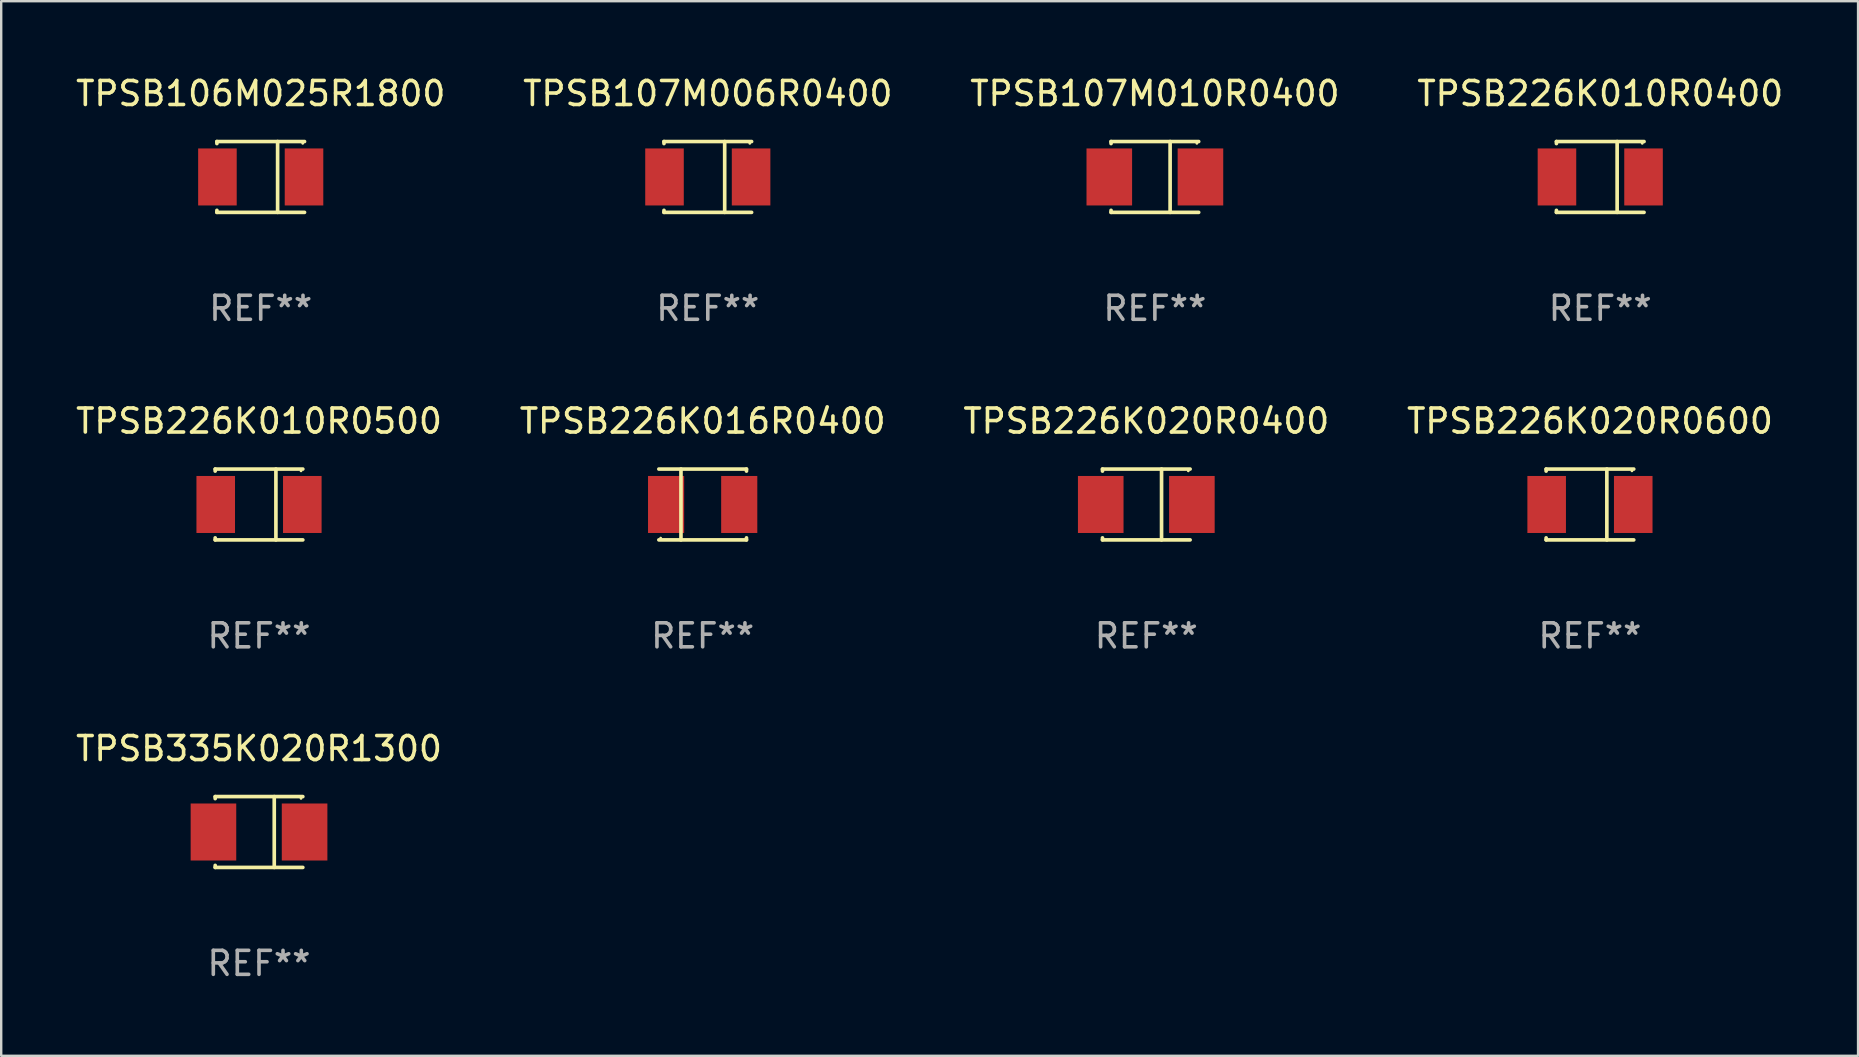
<source format=kicad_pcb>
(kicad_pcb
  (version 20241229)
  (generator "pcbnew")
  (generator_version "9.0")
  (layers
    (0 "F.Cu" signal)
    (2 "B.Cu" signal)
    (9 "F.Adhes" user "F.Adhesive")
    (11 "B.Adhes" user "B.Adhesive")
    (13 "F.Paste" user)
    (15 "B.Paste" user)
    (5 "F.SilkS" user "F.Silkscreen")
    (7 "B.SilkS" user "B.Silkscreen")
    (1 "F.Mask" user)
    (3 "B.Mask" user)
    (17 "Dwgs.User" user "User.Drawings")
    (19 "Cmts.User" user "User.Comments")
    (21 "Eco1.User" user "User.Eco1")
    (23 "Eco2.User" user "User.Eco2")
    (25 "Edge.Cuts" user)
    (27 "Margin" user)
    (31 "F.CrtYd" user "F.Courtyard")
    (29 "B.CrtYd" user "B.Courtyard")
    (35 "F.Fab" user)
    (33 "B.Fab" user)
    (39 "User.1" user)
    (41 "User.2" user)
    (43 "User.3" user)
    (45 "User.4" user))
  (footprint "TPSB226K010R0400"
    (layer "F.Cu")
    (at 63.637 4.324)
    (property "Reference" "TPSB226K010R0400" (at 0 -3.476 0) (layer "F.SilkS") (effects (font (size 1 1) (thickness 0.15))))
    (attr through_hole)
    (fp_line (start -1.826 -1.476) (end -1.826 -1.391) (stroke (width 0.152) (type solid)) (layer "F.SilkS"))
    (fp_line (start -1.826 -1.476) (end 1.826 -1.476) (stroke (width 0.152) (type solid)) (layer "F.SilkS"))
    (fp_line (start -1.826 1.476) (end -1.826 1.391) (stroke (width 0.152) (type solid)) (layer "F.SilkS"))
    (fp_line (start -1.826 1.476) (end 1.826 1.476) (stroke (width 0.152) (type solid)) (layer "F.SilkS"))
    (fp_line (start 0.704 -1.476) (end 0.704 1.476) (stroke (width 0.152) (type solid)) (layer "F.SilkS"))
    (fp_circle (center 1.75 -1.4) (end 1.78 -1.4) (stroke (width 0.06) (type solid)) (fill no) (layer "F.SilkS"))
    (fp_text user "REF**" (at 0 5.476 0) (layer "F.Fab") (effects (font (size 1 1) (thickness 0.15))))
    (pad "1" smd rect (at 1.804 0) (size 1.607 2.376) (layers "F.Cu" "F.Mask" "F.Paste"))
    (pad "2" smd rect (at -1.804 0) (size 1.607 2.376) (layers "F.Cu" "F.Mask" "F.Paste")))
  (footprint "TPSB226K010R0500"
    (layer "F.Cu")
    (at 7.744 17.973)
    (property "Reference" "TPSB226K010R0500" (at 0 -3.476 0) (layer "F.SilkS") (effects (font (size 1 1) (thickness 0.15))))
    (attr through_hole)
    (fp_line (start -1.826 -1.476) (end -1.826 -1.391) (stroke (width 0.152) (type solid)) (layer "F.SilkS"))
    (fp_line (start -1.826 -1.476) (end 1.826 -1.476) (stroke (width 0.152) (type solid)) (layer "F.SilkS"))
    (fp_line (start -1.826 1.476) (end -1.826 1.391) (stroke (width 0.152) (type solid)) (layer "F.SilkS"))
    (fp_line (start -1.826 1.476) (end 1.826 1.476) (stroke (width 0.152) (type solid)) (layer "F.SilkS"))
    (fp_line (start 0.704 -1.476) (end 0.704 1.476) (stroke (width 0.152) (type solid)) (layer "F.SilkS"))
    (fp_circle (center 1.75 -1.4) (end 1.78 -1.4) (stroke (width 0.06) (type solid)) (fill no) (layer "F.SilkS"))
    (fp_text user "REF**" (at 0 5.476 0) (layer "F.Fab") (effects (font (size 1 1) (thickness 0.15))))
    (pad "1" smd rect (at 1.804 0) (size 1.607 2.376) (layers "F.Cu" "F.Mask" "F.Paste"))
    (pad "2" smd rect (at -1.804 0) (size 1.607 2.376) (layers "F.Cu" "F.Mask" "F.Paste")))
  (footprint "TPSB335K020R1300"
    (layer "F.Cu")
    (at 7.744 31.622)
    (property "Reference" "TPSB335K020R1300" (at 0 -3.476 0) (layer "F.SilkS") (effects (font (size 1 1) (thickness 0.15))))
    (attr through_hole)
    (fp_line (start -1.826 -1.476) (end -1.826 -1.391) (stroke (width 0.152) (type solid)) (layer "F.SilkS"))
    (fp_line (start -1.826 -1.476) (end 1.826 -1.476) (stroke (width 0.152) (type solid)) (layer "F.SilkS"))
    (fp_line (start -1.826 1.476) (end -1.826 1.391) (stroke (width 0.152) (type solid)) (layer "F.SilkS"))
    (fp_line (start -1.826 1.476) (end 1.826 1.476) (stroke (width 0.152) (type solid)) (layer "F.SilkS"))
    (fp_line (start 0.635 -1.476) (end 0.635 1.476) (stroke (width 0.152) (type solid)) (layer "F.SilkS"))
    (fp_circle (center 1.75 -1.4) (end 1.78 -1.4) (stroke (width 0.06) (type solid)) (fill no) (layer "F.SilkS"))
    (fp_text user "REF**" (at 0 5.476 0) (layer "F.Fab") (effects (font (size 1 1) (thickness 0.15))))
    (pad "1" smd rect (at 1.899 0) (size 1.9 2.376) (layers "F.Cu" "F.Mask" "F.Paste"))
    (pad "2" smd rect (at -1.899 0) (size 1.9 2.376) (layers "F.Cu" "F.Mask" "F.Paste")))
  (footprint "TPSB226K020R0400"
    (layer "F.Cu")
    (at 44.72 17.973)
    (property "Reference" "TPSB226K020R0400" (at 0 -3.476 0) (layer "F.SilkS") (effects (font (size 1 1) (thickness 0.15))))
    (attr through_hole)
    (fp_line (start -1.826 -1.476) (end -1.826 -1.391) (stroke (width 0.152) (type solid)) (layer "F.SilkS"))
    (fp_line (start -1.826 -1.476) (end 1.826 -1.476) (stroke (width 0.152) (type solid)) (layer "F.SilkS"))
    (fp_line (start -1.826 1.476) (end -1.826 1.391) (stroke (width 0.152) (type solid)) (layer "F.SilkS"))
    (fp_line (start -1.826 1.476) (end 1.826 1.476) (stroke (width 0.152) (type solid)) (layer "F.SilkS"))
    (fp_line (start 0.635 -1.476) (end 0.635 1.476) (stroke (width 0.152) (type solid)) (layer "F.SilkS"))
    (fp_circle (center 1.75 -1.4) (end 1.78 -1.4) (stroke (width 0.06) (type solid)) (fill no) (layer "F.SilkS"))
    (fp_text user "REF**" (at 0 5.476 0) (layer "F.Fab") (effects (font (size 1 1) (thickness 0.15))))
    (pad "1" smd rect (at 1.899 0) (size 1.9 2.376) (layers "F.Cu" "F.Mask" "F.Paste"))
    (pad "2" smd rect (at -1.899 0) (size 1.9 2.376) (layers "F.Cu" "F.Mask" "F.Paste")))
  (footprint "TPSB107M010R0400"
    (layer "F.Cu")
    (at 45.077 4.324)
    (property "Reference" "TPSB107M010R0400" (at 0 -3.476 0) (layer "F.SilkS") (effects (font (size 1 1) (thickness 0.15))))
    (attr through_hole)
    (fp_line (start -1.826 -1.476) (end -1.826 -1.391) (stroke (width 0.152) (type solid)) (layer "F.SilkS"))
    (fp_line (start -1.826 -1.476) (end 1.826 -1.476) (stroke (width 0.152) (type solid)) (layer "F.SilkS"))
    (fp_line (start -1.826 1.476) (end -1.826 1.391) (stroke (width 0.152) (type solid)) (layer "F.SilkS"))
    (fp_line (start -1.826 1.476) (end 1.826 1.476) (stroke (width 0.152) (type solid)) (layer "F.SilkS"))
    (fp_line (start 0.635 -1.476) (end 0.635 1.476) (stroke (width 0.152) (type solid)) (layer "F.SilkS"))
    (fp_circle (center 1.75 -1.4) (end 1.78 -1.4) (stroke (width 0.06) (type solid)) (fill no) (layer "F.SilkS"))
    (fp_text user "REF**" (at 0 5.476 0) (layer "F.Fab") (effects (font (size 1 1) (thickness 0.15))))
    (pad "1" smd rect (at 1.899 0) (size 1.9 2.376) (layers "F.Cu" "F.Mask" "F.Paste"))
    (pad "2" smd rect (at -1.899 0) (size 1.9 2.376) (layers "F.Cu" "F.Mask" "F.Paste")))
  (footprint "TPSB226K016R0400"
    (layer "F.Cu")
    (at 26.232 17.973)
    (property "Reference" "TPSB226K016R0400" (at 0 -3.476 0) (layer "F.SilkS") (effects (font (size 1 1) (thickness 0.15))))
    (attr through_hole)
    (fp_line (start -0.904 1.476) (end -0.904 -1.476) (stroke (width 0.152) (type solid)) (layer "F.SilkS"))
    (fp_line (start 1.826 -1.476) (end -1.826 -1.476) (stroke (width 0.152) (type solid)) (layer "F.SilkS"))
    (fp_line (start 1.826 -1.476) (end 1.826 -1.391) (stroke (width 0.152) (type solid)) (layer "F.SilkS"))
    (fp_line (start 1.826 1.476) (end -1.826 1.476) (stroke (width 0.152) (type solid)) (layer "F.SilkS"))
    (fp_line (start 1.826 1.476) (end 1.826 1.391) (stroke (width 0.152) (type solid)) (layer "F.SilkS"))
    (fp_circle (center -1.75 1.4) (end -1.72 1.4) (stroke (width 0.06) (type solid)) (fill no) (layer "F.SilkS"))
    (fp_text user "REF**" (at 0 5.476 0) (layer "F.Fab") (effects (font (size 1 1) (thickness 0.15))))
    (pad "1" smd rect (at -1.524 0 180) (size 1.506 2.376) (layers "F.Cu" "F.Mask" "F.Paste"))
    (pad "2" smd rect (at 1.524 0 180) (size 1.506 2.376) (layers "F.Cu" "F.Mask" "F.Paste")))
  (footprint "TPSB107M006R0400"
    (layer "F.Cu")
    (at 26.446 4.324)
    (property "Reference" "TPSB107M006R0400" (at 0 -3.476 0) (layer "F.SilkS") (effects (font (size 1 1) (thickness 0.15))))
    (attr through_hole)
    (fp_line (start -1.826 -1.476) (end -1.826 -1.391) (stroke (width 0.152) (type solid)) (layer "F.SilkS"))
    (fp_line (start -1.826 -1.476) (end 1.826 -1.476) (stroke (width 0.152) (type solid)) (layer "F.SilkS"))
    (fp_line (start -1.826 1.476) (end -1.826 1.391) (stroke (width 0.152) (type solid)) (layer "F.SilkS"))
    (fp_line (start -1.826 1.476) (end 1.826 1.476) (stroke (width 0.152) (type solid)) (layer "F.SilkS"))
    (fp_line (start 0.704 -1.476) (end 0.704 1.476) (stroke (width 0.152) (type solid)) (layer "F.SilkS"))
    (fp_circle (center 1.75 -1.4) (end 1.78 -1.4) (stroke (width 0.06) (type solid)) (fill no) (layer "F.SilkS"))
    (fp_text user "REF**" (at 0 5.476 0) (layer "F.Fab") (effects (font (size 1 1) (thickness 0.15))))
    (pad "1" smd rect (at 1.804 0) (size 1.607 2.376) (layers "F.Cu" "F.Mask" "F.Paste"))
    (pad "2" smd rect (at -1.804 0) (size 1.607 2.376) (layers "F.Cu" "F.Mask" "F.Paste")))
  (footprint "TPSB226K020R0600"
    (layer "F.Cu")
    (at 63.208 17.973)
    (property "Reference" "TPSB226K020R0600" (at 0 -3.476 0) (layer "F.SilkS") (effects (font (size 1 1) (thickness 0.15))))
    (attr through_hole)
    (fp_line (start -1.826 -1.476) (end -1.826 -1.391) (stroke (width 0.152) (type solid)) (layer "F.SilkS"))
    (fp_line (start -1.826 -1.476) (end 1.826 -1.476) (stroke (width 0.152) (type solid)) (layer "F.SilkS"))
    (fp_line (start -1.826 1.476) (end -1.826 1.391) (stroke (width 0.152) (type solid)) (layer "F.SilkS"))
    (fp_line (start -1.826 1.476) (end 1.826 1.476) (stroke (width 0.152) (type solid)) (layer "F.SilkS"))
    (fp_line (start 0.704 -1.476) (end 0.704 1.476) (stroke (width 0.152) (type solid)) (layer "F.SilkS"))
    (fp_circle (center 1.75 -1.4) (end 1.78 -1.4) (stroke (width 0.06) (type solid)) (fill no) (layer "F.SilkS"))
    (fp_text user "REF**" (at 0 5.476 0) (layer "F.Fab") (effects (font (size 1 1) (thickness 0.15))))
    (pad "1" smd rect (at 1.804 0) (size 1.607 2.376) (layers "F.Cu" "F.Mask" "F.Paste"))
    (pad "2" smd rect (at -1.804 0) (size 1.607 2.376) (layers "F.Cu" "F.Mask" "F.Paste")))
  (footprint "TPSB106M025R1800"
    (layer "F.Cu")
    (at 7.815 4.324)
    (property "Reference" "TPSB106M025R1800" (at 0 -3.476 0) (layer "F.SilkS") (effects (font (size 1 1) (thickness 0.15))))
    (attr through_hole)
    (fp_line (start -1.826 -1.476) (end -1.826 -1.391) (stroke (width 0.152) (type solid)) (layer "F.SilkS"))
    (fp_line (start -1.826 -1.476) (end 1.826 -1.476) (stroke (width 0.152) (type solid)) (layer "F.SilkS"))
    (fp_line (start -1.826 1.476) (end -1.826 1.391) (stroke (width 0.152) (type solid)) (layer "F.SilkS"))
    (fp_line (start -1.826 1.476) (end 1.826 1.476) (stroke (width 0.152) (type solid)) (layer "F.SilkS"))
    (fp_line (start 0.704 -1.476) (end 0.704 1.476) (stroke (width 0.152) (type solid)) (layer "F.SilkS"))
    (fp_circle (center 1.75 -1.4) (end 1.78 -1.4) (stroke (width 0.06) (type solid)) (fill no) (layer "F.SilkS"))
    (fp_text user "REF**" (at 0 5.476 0) (layer "F.Fab") (effects (font (size 1 1) (thickness 0.15))))
    (pad "1" smd rect (at 1.804 0) (size 1.607 2.376) (layers "F.Cu" "F.Mask" "F.Paste"))
    (pad "2" smd rect (at -1.804 0) (size 1.607 2.376) (layers "F.Cu" "F.Mask" "F.Paste")))
  (gr_rect
    (start -3 -3)
    (end 74.381 40.947)
    (stroke (width 0.1) (type default))
    (fill no)
    (layer "Edge.Cuts")))
</source>
